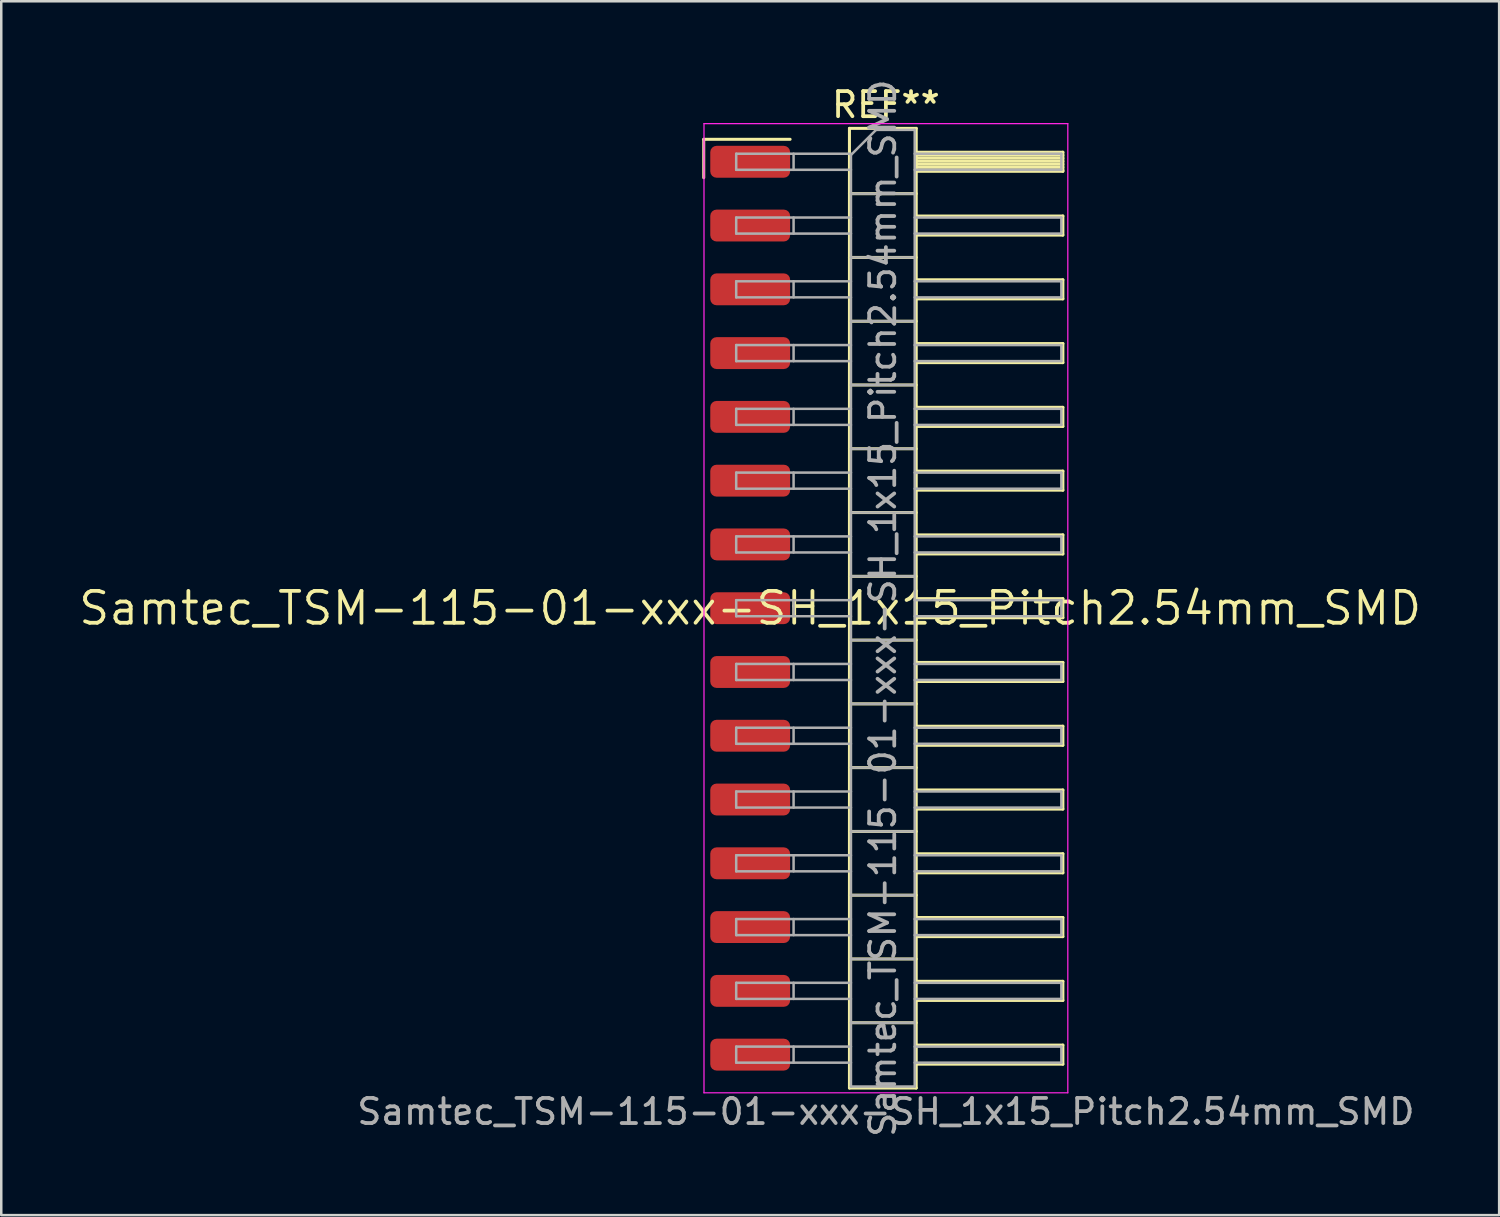
<source format=kicad_pcb>
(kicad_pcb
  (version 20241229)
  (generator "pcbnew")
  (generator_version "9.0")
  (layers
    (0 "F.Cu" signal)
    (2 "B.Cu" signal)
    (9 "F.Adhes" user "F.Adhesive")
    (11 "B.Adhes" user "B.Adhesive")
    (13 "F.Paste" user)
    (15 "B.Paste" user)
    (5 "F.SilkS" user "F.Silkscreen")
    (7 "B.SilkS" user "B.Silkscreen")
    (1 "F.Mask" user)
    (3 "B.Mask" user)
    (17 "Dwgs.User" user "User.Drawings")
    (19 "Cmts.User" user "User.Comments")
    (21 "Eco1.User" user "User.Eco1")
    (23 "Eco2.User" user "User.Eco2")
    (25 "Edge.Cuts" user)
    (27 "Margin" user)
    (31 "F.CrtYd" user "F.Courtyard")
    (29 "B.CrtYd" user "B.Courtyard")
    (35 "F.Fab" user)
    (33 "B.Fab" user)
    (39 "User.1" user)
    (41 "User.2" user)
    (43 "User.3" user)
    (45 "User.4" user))
  (footprint "Samtec_TSM-115-01-xxx-SH_1x15_Pitch2.54mm_SMD"
    (layer "F.Cu")
    (at 26.828 21.173)
    (property "Reference" "Samtec_TSM-115-01-xxx-SH_1x15_Pitch2.54mm_SMD" (at 0 0 0) (layer "F.SilkS") (effects (font (size 1.27 1.27) (thickness 0.15))))
    (attr smd)
    (fp_line (start -1.85 -18.675) (end 1.59 -18.675) (stroke (width 0.12) (type solid)) (layer "F.SilkS"))
    (fp_line (start -1.85 -17.145) (end -1.85 -18.675) (stroke (width 0.12) (type solid)) (layer "F.SilkS"))
    (fp_line (start 3.953 -19.11) (end 6.613 -19.11) (stroke (width 0.12) (type solid)) (layer "F.SilkS"))
    (fp_line (start 3.953 -16.51) (end 6.613 -16.51) (stroke (width 0.12) (type solid)) (layer "F.SilkS"))
    (fp_line (start 3.953 -13.97) (end 6.613 -13.97) (stroke (width 0.12) (type solid)) (layer "F.SilkS"))
    (fp_line (start 3.953 -11.43) (end 6.613 -11.43) (stroke (width 0.12) (type solid)) (layer "F.SilkS"))
    (fp_line (start 3.953 -8.89) (end 6.613 -8.89) (stroke (width 0.12) (type solid)) (layer "F.SilkS"))
    (fp_line (start 3.953 -6.35) (end 6.613 -6.35) (stroke (width 0.12) (type solid)) (layer "F.SilkS"))
    (fp_line (start 3.953 -3.81) (end 6.613 -3.81) (stroke (width 0.12) (type solid)) (layer "F.SilkS"))
    (fp_line (start 3.953 -1.27) (end 6.613 -1.27) (stroke (width 0.12) (type solid)) (layer "F.SilkS"))
    (fp_line (start 3.953 1.27) (end 6.613 1.27) (stroke (width 0.12) (type solid)) (layer "F.SilkS"))
    (fp_line (start 3.953 3.81) (end 6.613 3.81) (stroke (width 0.12) (type solid)) (layer "F.SilkS"))
    (fp_line (start 3.953 6.35) (end 6.613 6.35) (stroke (width 0.12) (type solid)) (layer "F.SilkS"))
    (fp_line (start 3.953 8.89) (end 6.613 8.89) (stroke (width 0.12) (type solid)) (layer "F.SilkS"))
    (fp_line (start 3.953 11.43) (end 6.613 11.43) (stroke (width 0.12) (type solid)) (layer "F.SilkS"))
    (fp_line (start 3.953 13.97) (end 6.613 13.97) (stroke (width 0.12) (type solid)) (layer "F.SilkS"))
    (fp_line (start 3.953 16.51) (end 6.613 16.51) (stroke (width 0.12) (type solid)) (layer "F.SilkS"))
    (fp_line (start 3.953 19.11) (end 3.953 -19.11) (stroke (width 0.12) (type solid)) (layer "F.SilkS"))
    (fp_line (start 6.613 -19.11) (end 6.613 19.11) (stroke (width 0.12) (type solid)) (layer "F.SilkS"))
    (fp_line (start 6.613 -18.16) (end 12.453 -18.16) (stroke (width 0.12) (type solid)) (layer "F.SilkS"))
    (fp_line (start 6.613 -18.04) (end 12.453 -18.04) (stroke (width 0.12) (type solid)) (layer "F.SilkS"))
    (fp_line (start 6.613 -17.92) (end 12.453 -17.92) (stroke (width 0.12) (type solid)) (layer "F.SilkS"))
    (fp_line (start 6.613 -17.8) (end 12.453 -17.8) (stroke (width 0.12) (type solid)) (layer "F.SilkS"))
    (fp_line (start 6.613 -17.68) (end 12.453 -17.68) (stroke (width 0.12) (type solid)) (layer "F.SilkS"))
    (fp_line (start 6.613 -17.56) (end 12.453 -17.56) (stroke (width 0.12) (type solid)) (layer "F.SilkS"))
    (fp_line (start 6.613 -17.44) (end 12.453 -17.44) (stroke (width 0.12) (type solid)) (layer "F.SilkS"))
    (fp_line (start 6.613 -17.4) (end 12.453 -17.4) (stroke (width 0.12) (type solid)) (layer "F.SilkS"))
    (fp_line (start 6.613 -15.62) (end 12.453 -15.62) (stroke (width 0.12) (type solid)) (layer "F.SilkS"))
    (fp_line (start 6.613 -14.86) (end 12.453 -14.86) (stroke (width 0.12) (type solid)) (layer "F.SilkS"))
    (fp_line (start 6.613 -13.08) (end 12.453 -13.08) (stroke (width 0.12) (type solid)) (layer "F.SilkS"))
    (fp_line (start 6.613 -12.32) (end 12.453 -12.32) (stroke (width 0.12) (type solid)) (layer "F.SilkS"))
    (fp_line (start 6.613 -10.54) (end 12.453 -10.54) (stroke (width 0.12) (type solid)) (layer "F.SilkS"))
    (fp_line (start 6.613 -9.78) (end 12.453 -9.78) (stroke (width 0.12) (type solid)) (layer "F.SilkS"))
    (fp_line (start 6.613 -8) (end 12.453 -8) (stroke (width 0.12) (type solid)) (layer "F.SilkS"))
    (fp_line (start 6.613 -7.24) (end 12.453 -7.24) (stroke (width 0.12) (type solid)) (layer "F.SilkS"))
    (fp_line (start 6.613 -5.46) (end 12.453 -5.46) (stroke (width 0.12) (type solid)) (layer "F.SilkS"))
    (fp_line (start 6.613 -4.7) (end 12.453 -4.7) (stroke (width 0.12) (type solid)) (layer "F.SilkS"))
    (fp_line (start 6.613 -2.92) (end 12.453 -2.92) (stroke (width 0.12) (type solid)) (layer "F.SilkS"))
    (fp_line (start 6.613 -2.16) (end 12.453 -2.16) (stroke (width 0.12) (type solid)) (layer "F.SilkS"))
    (fp_line (start 6.613 -0.38) (end 12.453 -0.38) (stroke (width 0.12) (type solid)) (layer "F.SilkS"))
    (fp_line (start 6.613 0.38) (end 12.453 0.38) (stroke (width 0.12) (type solid)) (layer "F.SilkS"))
    (fp_line (start 6.613 2.16) (end 12.453 2.16) (stroke (width 0.12) (type solid)) (layer "F.SilkS"))
    (fp_line (start 6.613 2.92) (end 12.453 2.92) (stroke (width 0.12) (type solid)) (layer "F.SilkS"))
    (fp_line (start 6.613 4.7) (end 12.453 4.7) (stroke (width 0.12) (type solid)) (layer "F.SilkS"))
    (fp_line (start 6.613 5.46) (end 12.453 5.46) (stroke (width 0.12) (type solid)) (layer "F.SilkS"))
    (fp_line (start 6.613 7.24) (end 12.453 7.24) (stroke (width 0.12) (type solid)) (layer "F.SilkS"))
    (fp_line (start 6.613 8) (end 12.453 8) (stroke (width 0.12) (type solid)) (layer "F.SilkS"))
    (fp_line (start 6.613 9.78) (end 12.453 9.78) (stroke (width 0.12) (type solid)) (layer "F.SilkS"))
    (fp_line (start 6.613 10.54) (end 12.453 10.54) (stroke (width 0.12) (type solid)) (layer "F.SilkS"))
    (fp_line (start 6.613 12.32) (end 12.453 12.32) (stroke (width 0.12) (type solid)) (layer "F.SilkS"))
    (fp_line (start 6.613 13.08) (end 12.453 13.08) (stroke (width 0.12) (type solid)) (layer "F.SilkS"))
    (fp_line (start 6.613 14.86) (end 12.453 14.86) (stroke (width 0.12) (type solid)) (layer "F.SilkS"))
    (fp_line (start 6.613 15.62) (end 12.453 15.62) (stroke (width 0.12) (type solid)) (layer "F.SilkS"))
    (fp_line (start 6.613 17.4) (end 12.453 17.4) (stroke (width 0.12) (type solid)) (layer "F.SilkS"))
    (fp_line (start 6.613 18.16) (end 12.453 18.16) (stroke (width 0.12) (type solid)) (layer "F.SilkS"))
    (fp_line (start 6.613 19.11) (end 3.953 19.11) (stroke (width 0.12) (type solid)) (layer "F.SilkS"))
    (fp_line (start 12.453 -18.16) (end 12.453 -17.4) (stroke (width 0.12) (type solid)) (layer "F.SilkS"))
    (fp_line (start 12.453 -15.62) (end 12.453 -14.86) (stroke (width 0.12) (type solid)) (layer "F.SilkS"))
    (fp_line (start 12.453 -13.08) (end 12.453 -12.32) (stroke (width 0.12) (type solid)) (layer "F.SilkS"))
    (fp_line (start 12.453 -10.54) (end 12.453 -9.78) (stroke (width 0.12) (type solid)) (layer "F.SilkS"))
    (fp_line (start 12.453 -8) (end 12.453 -7.24) (stroke (width 0.12) (type solid)) (layer "F.SilkS"))
    (fp_line (start 12.453 -5.46) (end 12.453 -4.7) (stroke (width 0.12) (type solid)) (layer "F.SilkS"))
    (fp_line (start 12.453 -2.92) (end 12.453 -2.16) (stroke (width 0.12) (type solid)) (layer "F.SilkS"))
    (fp_line (start 12.453 -0.38) (end 12.453 0.38) (stroke (width 0.12) (type solid)) (layer "F.SilkS"))
    (fp_line (start 12.453 2.16) (end 12.453 2.92) (stroke (width 0.12) (type solid)) (layer "F.SilkS"))
    (fp_line (start 12.453 4.7) (end 12.453 5.46) (stroke (width 0.12) (type solid)) (layer "F.SilkS"))
    (fp_line (start 12.453 7.24) (end 12.453 8) (stroke (width 0.12) (type solid)) (layer "F.SilkS"))
    (fp_line (start 12.453 9.78) (end 12.453 10.54) (stroke (width 0.12) (type solid)) (layer "F.SilkS"))
    (fp_line (start 12.453 12.32) (end 12.453 13.08) (stroke (width 0.12) (type solid)) (layer "F.SilkS"))
    (fp_line (start 12.453 14.86) (end 12.453 15.62) (stroke (width 0.12) (type solid)) (layer "F.SilkS"))
    (fp_line (start 12.453 17.4) (end 12.453 18.16) (stroke (width 0.12) (type solid)) (layer "F.SilkS"))
    (fp_line (start -1.84 -19.3) (end 12.65 -19.3) (stroke (width 0.05) (type solid)) (layer "F.CrtYd"))
    (fp_line (start -1.84 19.3) (end -1.84 -19.3) (stroke (width 0.05) (type solid)) (layer "F.CrtYd"))
    (fp_line (start 12.65 -19.3) (end 12.65 19.3) (stroke (width 0.05) (type solid)) (layer "F.CrtYd"))
    (fp_line (start 12.65 19.3) (end -1.84 19.3) (stroke (width 0.05) (type solid)) (layer "F.CrtYd"))
    (fp_line (start -0.557 -18.1) (end -0.557 -17.46) (stroke (width 0.1) (type solid)) (layer "F.Fab"))
    (fp_line (start -0.557 -18.1) (end 4.013 -18.1) (stroke (width 0.1) (type solid)) (layer "F.Fab"))
    (fp_line (start -0.557 -17.46) (end 4.013 -17.46) (stroke (width 0.1) (type solid)) (layer "F.Fab"))
    (fp_line (start -0.557 -15.56) (end -0.557 -14.92) (stroke (width 0.1) (type solid)) (layer "F.Fab"))
    (fp_line (start -0.557 -15.56) (end 4.013 -15.56) (stroke (width 0.1) (type solid)) (layer "F.Fab"))
    (fp_line (start -0.557 -14.92) (end 4.013 -14.92) (stroke (width 0.1) (type solid)) (layer "F.Fab"))
    (fp_line (start -0.557 -13.02) (end -0.557 -12.38) (stroke (width 0.1) (type solid)) (layer "F.Fab"))
    (fp_line (start -0.557 -13.02) (end 4.013 -13.02) (stroke (width 0.1) (type solid)) (layer "F.Fab"))
    (fp_line (start -0.557 -12.38) (end 4.013 -12.38) (stroke (width 0.1) (type solid)) (layer "F.Fab"))
    (fp_line (start -0.557 -10.48) (end -0.557 -9.84) (stroke (width 0.1) (type solid)) (layer "F.Fab"))
    (fp_line (start -0.557 -10.48) (end 4.013 -10.48) (stroke (width 0.1) (type solid)) (layer "F.Fab"))
    (fp_line (start -0.557 -9.84) (end 4.013 -9.84) (stroke (width 0.1) (type solid)) (layer "F.Fab"))
    (fp_line (start -0.557 -7.94) (end -0.557 -7.3) (stroke (width 0.1) (type solid)) (layer "F.Fab"))
    (fp_line (start -0.557 -7.94) (end 4.013 -7.94) (stroke (width 0.1) (type solid)) (layer "F.Fab"))
    (fp_line (start -0.557 -7.3) (end 4.013 -7.3) (stroke (width 0.1) (type solid)) (layer "F.Fab"))
    (fp_line (start -0.557 -5.4) (end -0.557 -4.76) (stroke (width 0.1) (type solid)) (layer "F.Fab"))
    (fp_line (start -0.557 -5.4) (end 4.013 -5.4) (stroke (width 0.1) (type solid)) (layer "F.Fab"))
    (fp_line (start -0.557 -4.76) (end 4.013 -4.76) (stroke (width 0.1) (type solid)) (layer "F.Fab"))
    (fp_line (start -0.557 -2.86) (end -0.557 -2.22) (stroke (width 0.1) (type solid)) (layer "F.Fab"))
    (fp_line (start -0.557 -2.86) (end 4.013 -2.86) (stroke (width 0.1) (type solid)) (layer "F.Fab"))
    (fp_line (start -0.557 -2.22) (end 4.013 -2.22) (stroke (width 0.1) (type solid)) (layer "F.Fab"))
    (fp_line (start -0.557 -0.32) (end -0.557 0.32) (stroke (width 0.1) (type solid)) (layer "F.Fab"))
    (fp_line (start -0.557 -0.32) (end 4.013 -0.32) (stroke (width 0.1) (type solid)) (layer "F.Fab"))
    (fp_line (start -0.557 0.32) (end 4.013 0.32) (stroke (width 0.1) (type solid)) (layer "F.Fab"))
    (fp_line (start -0.557 2.22) (end -0.557 2.86) (stroke (width 0.1) (type solid)) (layer "F.Fab"))
    (fp_line (start -0.557 2.22) (end 4.013 2.22) (stroke (width 0.1) (type solid)) (layer "F.Fab"))
    (fp_line (start -0.557 2.86) (end 4.013 2.86) (stroke (width 0.1) (type solid)) (layer "F.Fab"))
    (fp_line (start -0.557 4.76) (end -0.557 5.4) (stroke (width 0.1) (type solid)) (layer "F.Fab"))
    (fp_line (start -0.557 4.76) (end 4.013 4.76) (stroke (width 0.1) (type solid)) (layer "F.Fab"))
    (fp_line (start -0.557 5.4) (end 4.013 5.4) (stroke (width 0.1) (type solid)) (layer "F.Fab"))
    (fp_line (start -0.557 7.3) (end -0.557 7.94) (stroke (width 0.1) (type solid)) (layer "F.Fab"))
    (fp_line (start -0.557 7.3) (end 4.013 7.3) (stroke (width 0.1) (type solid)) (layer "F.Fab"))
    (fp_line (start -0.557 7.94) (end 4.013 7.94) (stroke (width 0.1) (type solid)) (layer "F.Fab"))
    (fp_line (start -0.557 9.84) (end -0.557 10.48) (stroke (width 0.1) (type solid)) (layer "F.Fab"))
    (fp_line (start -0.557 9.84) (end 4.013 9.84) (stroke (width 0.1) (type solid)) (layer "F.Fab"))
    (fp_line (start -0.557 10.48) (end 4.013 10.48) (stroke (width 0.1) (type solid)) (layer "F.Fab"))
    (fp_line (start -0.557 12.38) (end -0.557 13.02) (stroke (width 0.1) (type solid)) (layer "F.Fab"))
    (fp_line (start -0.557 12.38) (end 4.013 12.38) (stroke (width 0.1) (type solid)) (layer "F.Fab"))
    (fp_line (start -0.557 13.02) (end 4.013 13.02) (stroke (width 0.1) (type solid)) (layer "F.Fab"))
    (fp_line (start -0.557 14.92) (end -0.557 15.56) (stroke (width 0.1) (type solid)) (layer "F.Fab"))
    (fp_line (start -0.557 14.92) (end 4.013 14.92) (stroke (width 0.1) (type solid)) (layer "F.Fab"))
    (fp_line (start -0.557 15.56) (end 4.013 15.56) (stroke (width 0.1) (type solid)) (layer "F.Fab"))
    (fp_line (start -0.557 17.46) (end -0.557 18.1) (stroke (width 0.1) (type solid)) (layer "F.Fab"))
    (fp_line (start -0.557 17.46) (end 4.013 17.46) (stroke (width 0.1) (type solid)) (layer "F.Fab"))
    (fp_line (start -0.557 18.1) (end 4.013 18.1) (stroke (width 0.1) (type solid)) (layer "F.Fab"))
    (fp_line (start 1.728 -18.1) (end 1.728 -17.46) (stroke (width 0.1) (type solid)) (layer "F.Fab"))
    (fp_line (start 1.728 -15.56) (end 1.728 -14.92) (stroke (width 0.1) (type solid)) (layer "F.Fab"))
    (fp_line (start 1.728 -13.02) (end 1.728 -12.38) (stroke (width 0.1) (type solid)) (layer "F.Fab"))
    (fp_line (start 1.728 -10.48) (end 1.728 -9.84) (stroke (width 0.1) (type solid)) (layer "F.Fab"))
    (fp_line (start 1.728 -7.94) (end 1.728 -7.3) (stroke (width 0.1) (type solid)) (layer "F.Fab"))
    (fp_line (start 1.728 -5.4) (end 1.728 -4.76) (stroke (width 0.1) (type solid)) (layer "F.Fab"))
    (fp_line (start 1.728 -2.86) (end 1.728 -2.22) (stroke (width 0.1) (type solid)) (layer "F.Fab"))
    (fp_line (start 1.728 -0.32) (end 1.728 0.32) (stroke (width 0.1) (type solid)) (layer "F.Fab"))
    (fp_line (start 1.728 2.22) (end 1.728 2.86) (stroke (width 0.1) (type solid)) (layer "F.Fab"))
    (fp_line (start 1.728 4.76) (end 1.728 5.4) (stroke (width 0.1) (type solid)) (layer "F.Fab"))
    (fp_line (start 1.728 7.3) (end 1.728 7.94) (stroke (width 0.1) (type solid)) (layer "F.Fab"))
    (fp_line (start 1.728 9.84) (end 1.728 10.48) (stroke (width 0.1) (type solid)) (layer "F.Fab"))
    (fp_line (start 1.728 12.38) (end 1.728 13.02) (stroke (width 0.1) (type solid)) (layer "F.Fab"))
    (fp_line (start 1.728 14.92) (end 1.728 15.56) (stroke (width 0.1) (type solid)) (layer "F.Fab"))
    (fp_line (start 1.728 17.46) (end 1.728 18.1) (stroke (width 0.1) (type solid)) (layer "F.Fab"))
    (fp_line (start 4.013 -18.05) (end 5.013 -19.05) (stroke (width 0.1) (type solid)) (layer "F.Fab"))
    (fp_line (start 4.013 -16.51) (end 6.553 -16.51) (stroke (width 0.1) (type solid)) (layer "F.Fab"))
    (fp_line (start 4.013 -13.97) (end 6.553 -13.97) (stroke (width 0.1) (type solid)) (layer "F.Fab"))
    (fp_line (start 4.013 -11.43) (end 6.553 -11.43) (stroke (width 0.1) (type solid)) (layer "F.Fab"))
    (fp_line (start 4.013 -8.89) (end 6.553 -8.89) (stroke (width 0.1) (type solid)) (layer "F.Fab"))
    (fp_line (start 4.013 -6.35) (end 6.553 -6.35) (stroke (width 0.1) (type solid)) (layer "F.Fab"))
    (fp_line (start 4.013 -3.81) (end 6.553 -3.81) (stroke (width 0.1) (type solid)) (layer "F.Fab"))
    (fp_line (start 4.013 -1.27) (end 6.553 -1.27) (stroke (width 0.1) (type solid)) (layer "F.Fab"))
    (fp_line (start 4.013 1.27) (end 6.553 1.27) (stroke (width 0.1) (type solid)) (layer "F.Fab"))
    (fp_line (start 4.013 3.81) (end 6.553 3.81) (stroke (width 0.1) (type solid)) (layer "F.Fab"))
    (fp_line (start 4.013 6.35) (end 6.553 6.35) (stroke (width 0.1) (type solid)) (layer "F.Fab"))
    (fp_line (start 4.013 8.89) (end 6.553 8.89) (stroke (width 0.1) (type solid)) (layer "F.Fab"))
    (fp_line (start 4.013 11.43) (end 6.553 11.43) (stroke (width 0.1) (type solid)) (layer "F.Fab"))
    (fp_line (start 4.013 13.97) (end 6.553 13.97) (stroke (width 0.1) (type solid)) (layer "F.Fab"))
    (fp_line (start 4.013 16.51) (end 6.553 16.51) (stroke (width 0.1) (type solid)) (layer "F.Fab"))
    (fp_line (start 4.013 19.05) (end 4.013 -18.05) (stroke (width 0.1) (type solid)) (layer "F.Fab"))
    (fp_line (start 5.013 -19.05) (end 6.553 -19.05) (stroke (width 0.1) (type solid)) (layer "F.Fab"))
    (fp_line (start 6.553 -19.05) (end 6.553 19.05) (stroke (width 0.1) (type solid)) (layer "F.Fab"))
    (fp_line (start 6.553 -18.1) (end 12.393 -18.1) (stroke (width 0.1) (type solid)) (layer "F.Fab"))
    (fp_line (start 6.553 -17.46) (end 12.393 -17.46) (stroke (width 0.1) (type solid)) (layer "F.Fab"))
    (fp_line (start 6.553 -15.56) (end 12.393 -15.56) (stroke (width 0.1) (type solid)) (layer "F.Fab"))
    (fp_line (start 6.553 -14.92) (end 12.393 -14.92) (stroke (width 0.1) (type solid)) (layer "F.Fab"))
    (fp_line (start 6.553 -13.02) (end 12.393 -13.02) (stroke (width 0.1) (type solid)) (layer "F.Fab"))
    (fp_line (start 6.553 -12.38) (end 12.393 -12.38) (stroke (width 0.1) (type solid)) (layer "F.Fab"))
    (fp_line (start 6.553 -10.48) (end 12.393 -10.48) (stroke (width 0.1) (type solid)) (layer "F.Fab"))
    (fp_line (start 6.553 -9.84) (end 12.393 -9.84) (stroke (width 0.1) (type solid)) (layer "F.Fab"))
    (fp_line (start 6.553 -7.94) (end 12.393 -7.94) (stroke (width 0.1) (type solid)) (layer "F.Fab"))
    (fp_line (start 6.553 -7.3) (end 12.393 -7.3) (stroke (width 0.1) (type solid)) (layer "F.Fab"))
    (fp_line (start 6.553 -5.4) (end 12.393 -5.4) (stroke (width 0.1) (type solid)) (layer "F.Fab"))
    (fp_line (start 6.553 -4.76) (end 12.393 -4.76) (stroke (width 0.1) (type solid)) (layer "F.Fab"))
    (fp_line (start 6.553 -2.86) (end 12.393 -2.86) (stroke (width 0.1) (type solid)) (layer "F.Fab"))
    (fp_line (start 6.553 -2.22) (end 12.393 -2.22) (stroke (width 0.1) (type solid)) (layer "F.Fab"))
    (fp_line (start 6.553 -0.32) (end 12.393 -0.32) (stroke (width 0.1) (type solid)) (layer "F.Fab"))
    (fp_line (start 6.553 0.32) (end 12.393 0.32) (stroke (width 0.1) (type solid)) (layer "F.Fab"))
    (fp_line (start 6.553 2.22) (end 12.393 2.22) (stroke (width 0.1) (type solid)) (layer "F.Fab"))
    (fp_line (start 6.553 2.86) (end 12.393 2.86) (stroke (width 0.1) (type solid)) (layer "F.Fab"))
    (fp_line (start 6.553 4.76) (end 12.393 4.76) (stroke (width 0.1) (type solid)) (layer "F.Fab"))
    (fp_line (start 6.553 5.4) (end 12.393 5.4) (stroke (width 0.1) (type solid)) (layer "F.Fab"))
    (fp_line (start 6.553 7.3) (end 12.393 7.3) (stroke (width 0.1) (type solid)) (layer "F.Fab"))
    (fp_line (start 6.553 7.94) (end 12.393 7.94) (stroke (width 0.1) (type solid)) (layer "F.Fab"))
    (fp_line (start 6.553 9.84) (end 12.393 9.84) (stroke (width 0.1) (type solid)) (layer "F.Fab"))
    (fp_line (start 6.553 10.48) (end 12.393 10.48) (stroke (width 0.1) (type solid)) (layer "F.Fab"))
    (fp_line (start 6.553 12.38) (end 12.393 12.38) (stroke (width 0.1) (type solid)) (layer "F.Fab"))
    (fp_line (start 6.553 13.02) (end 12.393 13.02) (stroke (width 0.1) (type solid)) (layer "F.Fab"))
    (fp_line (start 6.553 14.92) (end 12.393 14.92) (stroke (width 0.1) (type solid)) (layer "F.Fab"))
    (fp_line (start 6.553 15.56) (end 12.393 15.56) (stroke (width 0.1) (type solid)) (layer "F.Fab"))
    (fp_line (start 6.553 17.46) (end 12.393 17.46) (stroke (width 0.1) (type solid)) (layer "F.Fab"))
    (fp_line (start 6.553 18.1) (end 12.393 18.1) (stroke (width 0.1) (type solid)) (layer "F.Fab"))
    (fp_line (start 6.553 19.05) (end 4.013 19.05) (stroke (width 0.1) (type solid)) (layer "F.Fab"))
    (fp_line (start 12.393 -18.1) (end 12.393 -17.46) (stroke (width 0.1) (type solid)) (layer "F.Fab"))
    (fp_line (start 12.393 -15.56) (end 12.393 -14.92) (stroke (width 0.1) (type solid)) (layer "F.Fab"))
    (fp_line (start 12.393 -13.02) (end 12.393 -12.38) (stroke (width 0.1) (type solid)) (layer "F.Fab"))
    (fp_line (start 12.393 -10.48) (end 12.393 -9.84) (stroke (width 0.1) (type solid)) (layer "F.Fab"))
    (fp_line (start 12.393 -7.94) (end 12.393 -7.3) (stroke (width 0.1) (type solid)) (layer "F.Fab"))
    (fp_line (start 12.393 -5.4) (end 12.393 -4.76) (stroke (width 0.1) (type solid)) (layer "F.Fab"))
    (fp_line (start 12.393 -2.86) (end 12.393 -2.22) (stroke (width 0.1) (type solid)) (layer "F.Fab"))
    (fp_line (start 12.393 -0.32) (end 12.393 0.32) (stroke (width 0.1) (type solid)) (layer "F.Fab"))
    (fp_line (start 12.393 2.22) (end 12.393 2.86) (stroke (width 0.1) (type solid)) (layer "F.Fab"))
    (fp_line (start 12.393 4.76) (end 12.393 5.4) (stroke (width 0.1) (type solid)) (layer "F.Fab"))
    (fp_line (start 12.393 7.3) (end 12.393 7.94) (stroke (width 0.1) (type solid)) (layer "F.Fab"))
    (fp_line (start 12.393 9.84) (end 12.393 10.48) (stroke (width 0.1) (type solid)) (layer "F.Fab"))
    (fp_line (start 12.393 12.38) (end 12.393 13.02) (stroke (width 0.1) (type solid)) (layer "F.Fab"))
    (fp_line (start 12.393 14.92) (end 12.393 15.56) (stroke (width 0.1) (type solid)) (layer "F.Fab"))
    (fp_line (start 12.393 17.46) (end 12.393 18.1) (stroke (width 0.1) (type solid)) (layer "F.Fab"))
    (fp_text user "REF**" (at 5.405 -20.05 0) (layer "F.SilkS") (effects (font (size 1 1) (thickness 0.15))))
    (fp_text user "${REFERENCE}" (at 5.283 0 90) (layer "F.Fab") (effects (font (size 1 1) (thickness 0.15))))
    (fp_text user "Samtec_TSM-115-01-xxx-SH_1x15_Pitch2.54mm_SMD" (at 5.405 20.05 0) (layer "F.Fab") (effects (font (size 1 1) (thickness 0.15))))
    (pad "1" smd roundrect (at 0 -17.78) (size 3.18 1.27) (layers "F.Cu" "F.Mask" "F.Paste") (roundrect_rratio 0.197))
    (pad "2" smd roundrect (at 0 -15.24) (size 3.18 1.27) (layers "F.Cu" "F.Mask" "F.Paste") (roundrect_rratio 0.197))
    (pad "3" smd roundrect (at 0 -12.7) (size 3.18 1.27) (layers "F.Cu" "F.Mask" "F.Paste") (roundrect_rratio 0.197))
    (pad "4" smd roundrect (at 0 -10.16) (size 3.18 1.27) (layers "F.Cu" "F.Mask" "F.Paste") (roundrect_rratio 0.197))
    (pad "5" smd roundrect (at 0 -7.62) (size 3.18 1.27) (layers "F.Cu" "F.Mask" "F.Paste") (roundrect_rratio 0.197))
    (pad "6" smd roundrect (at 0 -5.08) (size 3.18 1.27) (layers "F.Cu" "F.Mask" "F.Paste") (roundrect_rratio 0.197))
    (pad "7" smd roundrect (at 0 -2.54) (size 3.18 1.27) (layers "F.Cu" "F.Mask" "F.Paste") (roundrect_rratio 0.197))
    (pad "8" smd roundrect (at 0 0) (size 3.18 1.27) (layers "F.Cu" "F.Mask" "F.Paste") (roundrect_rratio 0.197))
    (pad "9" smd roundrect (at 0 2.54) (size 3.18 1.27) (layers "F.Cu" "F.Mask" "F.Paste") (roundrect_rratio 0.197))
    (pad "10" smd roundrect (at 0 5.08) (size 3.18 1.27) (layers "F.Cu" "F.Mask" "F.Paste") (roundrect_rratio 0.197))
    (pad "11" smd roundrect (at 0 7.62) (size 3.18 1.27) (layers "F.Cu" "F.Mask" "F.Paste") (roundrect_rratio 0.197))
    (pad "12" smd roundrect (at 0 10.16) (size 3.18 1.27) (layers "F.Cu" "F.Mask" "F.Paste") (roundrect_rratio 0.197))
    (pad "13" smd roundrect (at 0 12.7) (size 3.18 1.27) (layers "F.Cu" "F.Mask" "F.Paste") (roundrect_rratio 0.197))
    (pad "14" smd roundrect (at 0 15.24) (size 3.18 1.27) (layers "F.Cu" "F.Mask" "F.Paste") (roundrect_rratio 0.197))
    (pad "15" smd roundrect (at 0 17.78) (size 3.18 1.27) (layers "F.Cu" "F.Mask" "F.Paste") (roundrect_rratio 0.197)))
  (gr_rect
    (start -3 -3)
    (end 56.657 45.345)
    (stroke (width 0.1) (type default))
    (fill no)
    (layer "Edge.Cuts")))
</source>
